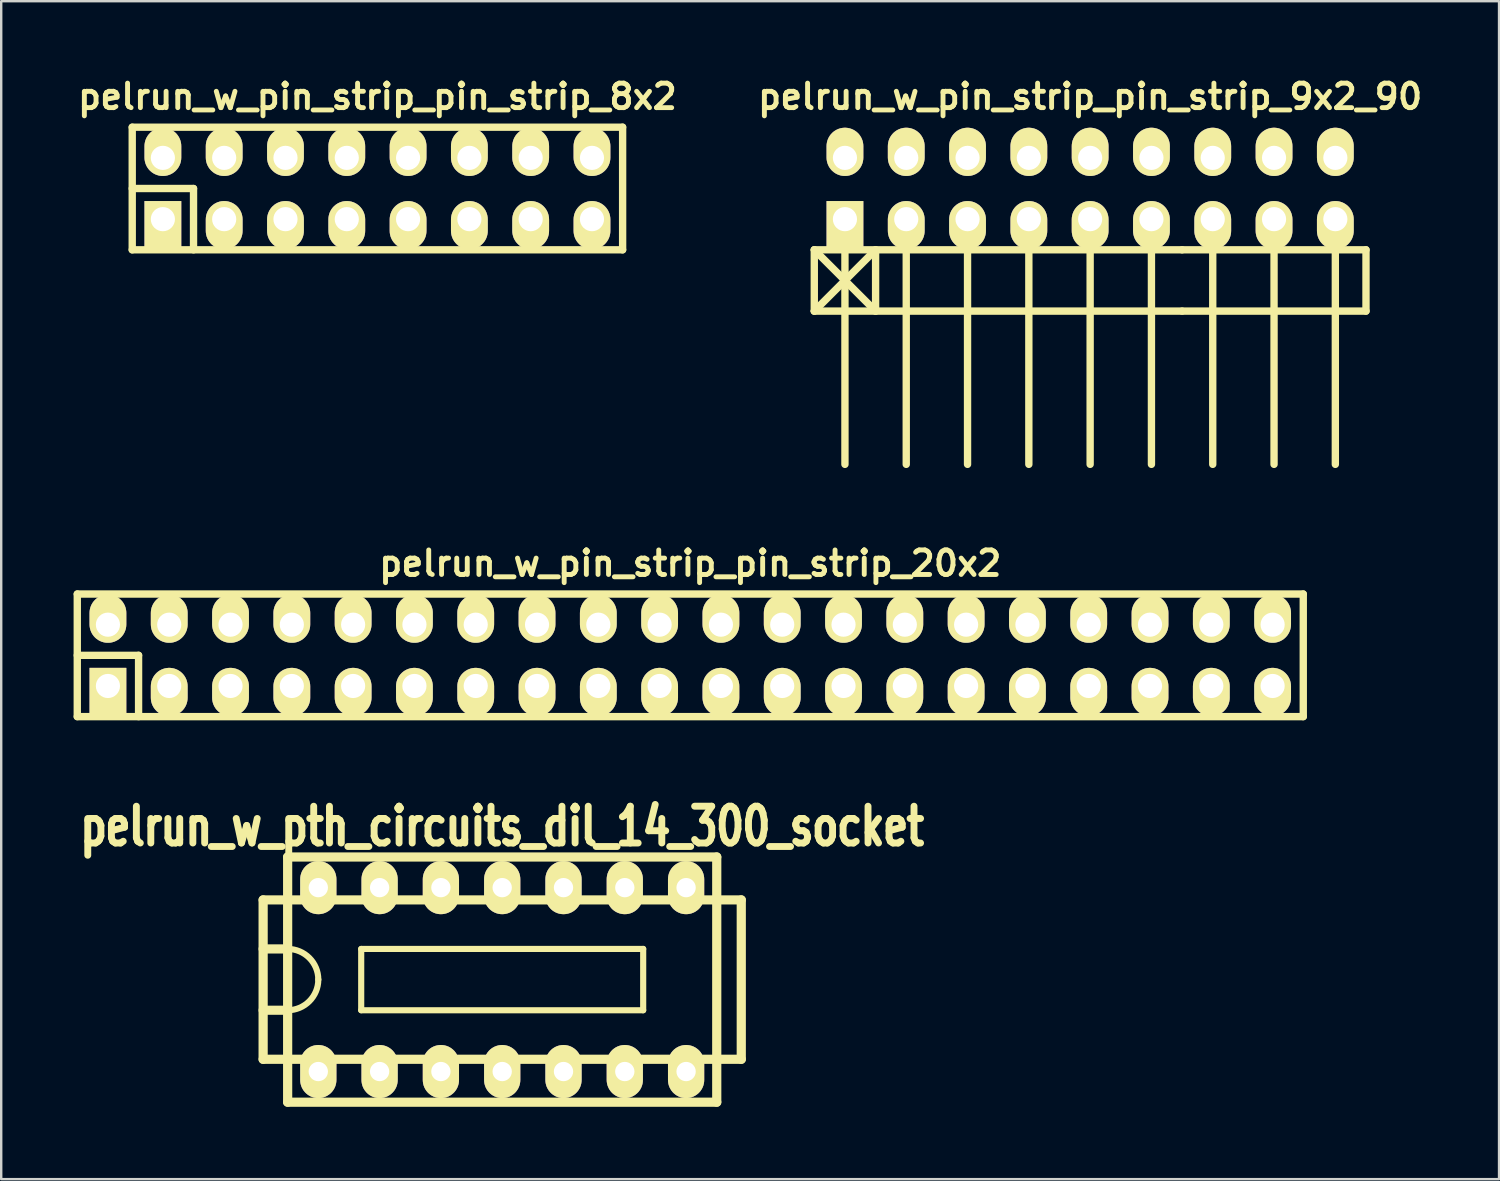
<source format=kicad_pcb>
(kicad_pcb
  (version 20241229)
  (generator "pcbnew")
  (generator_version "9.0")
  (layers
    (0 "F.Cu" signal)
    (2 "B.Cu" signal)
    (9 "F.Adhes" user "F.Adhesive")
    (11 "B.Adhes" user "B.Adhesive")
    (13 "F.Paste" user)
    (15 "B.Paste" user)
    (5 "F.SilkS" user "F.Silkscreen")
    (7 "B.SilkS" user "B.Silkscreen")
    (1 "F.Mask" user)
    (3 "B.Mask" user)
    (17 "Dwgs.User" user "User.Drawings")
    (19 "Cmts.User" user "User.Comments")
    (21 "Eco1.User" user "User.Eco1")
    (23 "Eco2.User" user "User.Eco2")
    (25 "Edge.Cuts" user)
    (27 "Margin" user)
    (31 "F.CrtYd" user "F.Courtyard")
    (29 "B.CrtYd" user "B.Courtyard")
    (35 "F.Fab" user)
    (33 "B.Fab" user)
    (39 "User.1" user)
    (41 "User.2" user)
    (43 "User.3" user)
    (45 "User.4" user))
  (footprint "pelrun_w_pin_strip_pin_strip_8x2"
    (layer "F.Cu")
    (at 12.589 4.761)
    (property "Reference" "pelrun_w_pin_strip_pin_strip_8x2" (at 0 -3.81 0) (layer "F.SilkS") (effects (font (size 1.016 1.016) (thickness 0.203))))
    (attr through_hole)
    (fp_line (start -10.16 -2.54) (end -10.16 2.54) (stroke (width 0.305) (type solid)) (layer "F.SilkS"))
    (fp_line (start -10.16 -2.54) (end 10.16 -2.54) (stroke (width 0.305) (type solid)) (layer "F.SilkS"))
    (fp_line (start -10.16 0) (end -7.62 0) (stroke (width 0.305) (type solid)) (layer "F.SilkS"))
    (fp_line (start -7.62 0) (end -7.62 2.54) (stroke (width 0.305) (type solid)) (layer "F.SilkS"))
    (fp_line (start 10.16 -2.54) (end 10.16 2.54) (stroke (width 0.305) (type solid)) (layer "F.SilkS"))
    (fp_line (start 10.16 2.54) (end -10.16 2.54) (stroke (width 0.305) (type solid)) (layer "F.SilkS"))
    (pad "1" thru_hole rect (at -8.89 1.27) (size 1.524 1.999) (drill 1.001 (offset 0 0.249)) (layers "*.Cu" "*.Mask" "F.SilkS"))
    (pad "2" thru_hole oval (at -8.89 -1.27) (size 1.524 1.999) (drill 1.001 (offset 0 -0.249)) (layers "*.Cu" "*.Mask" "F.SilkS"))
    (pad "3" thru_hole oval (at -6.35 1.27) (size 1.524 1.999) (drill 1.001 (offset 0 0.249)) (layers "*.Cu" "*.Mask" "F.SilkS"))
    (pad "4" thru_hole oval (at -6.35 -1.27) (size 1.524 1.999) (drill 1.001 (offset 0 -0.249)) (layers "*.Cu" "*.Mask" "F.SilkS"))
    (pad "5" thru_hole oval (at -3.81 1.27) (size 1.524 1.999) (drill 1.001 (offset 0 0.249)) (layers "*.Cu" "*.Mask" "F.SilkS"))
    (pad "6" thru_hole oval (at -3.81 -1.27) (size 1.524 1.999) (drill 1.001 (offset 0 -0.249)) (layers "*.Cu" "*.Mask" "F.SilkS"))
    (pad "7" thru_hole oval (at -1.27 1.27) (size 1.524 1.999) (drill 1.001 (offset 0 0.249)) (layers "*.Cu" "*.Mask" "F.SilkS"))
    (pad "8" thru_hole oval (at -1.27 -1.27) (size 1.524 1.999) (drill 1.001 (offset 0 -0.249)) (layers "*.Cu" "*.Mask" "F.SilkS"))
    (pad "9" thru_hole oval (at 1.27 1.27) (size 1.524 1.999) (drill 1.001 (offset 0 0.249)) (layers "*.Cu" "*.Mask" "F.SilkS"))
    (pad "10" thru_hole oval (at 1.27 -1.27) (size 1.524 1.999) (drill 1.001 (offset 0 -0.249)) (layers "*.Cu" "*.Mask" "F.SilkS"))
    (pad "11" thru_hole oval (at 3.81 1.27) (size 1.524 1.999) (drill 1.001 (offset 0 0.249)) (layers "*.Cu" "*.Mask" "F.SilkS"))
    (pad "12" thru_hole oval (at 3.81 -1.27) (size 1.524 1.999) (drill 1.001 (offset 0 -0.249)) (layers "*.Cu" "*.Mask" "F.SilkS"))
    (pad "13" thru_hole oval (at 6.35 1.27) (size 1.524 1.999) (drill 1.001 (offset 0 0.249)) (layers "*.Cu" "*.Mask" "F.SilkS"))
    (pad "14" thru_hole oval (at 6.35 -1.27) (size 1.524 1.999) (drill 1.001 (offset 0 -0.249)) (layers "*.Cu" "*.Mask" "F.SilkS"))
    (pad "15" thru_hole oval (at 8.89 1.27) (size 1.524 1.999) (drill 1.001 (offset 0 0.249)) (layers "*.Cu" "*.Mask" "F.SilkS"))
    (pad "16" thru_hole oval (at 8.89 -1.27) (size 1.524 1.999) (drill 1.001 (offset 0 -0.249)) (layers "*.Cu" "*.Mask" "F.SilkS")))
  (footprint "pelrun_w_pin_strip_pin_strip_20x2"
    (layer "F.Cu")
    (at 25.552 24.104)
    (property "Reference" "pelrun_w_pin_strip_pin_strip_20x2" (at 0 -3.81 0) (layer "F.SilkS") (effects (font (size 1.016 1.016) (thickness 0.203))))
    (attr through_hole)
    (fp_line (start -25.4 -2.54) (end -25.4 2.54) (stroke (width 0.305) (type solid)) (layer "F.SilkS"))
    (fp_line (start -25.4 -2.54) (end 25.4 -2.54) (stroke (width 0.305) (type solid)) (layer "F.SilkS"))
    (fp_line (start -25.4 0) (end -22.86 0) (stroke (width 0.305) (type solid)) (layer "F.SilkS"))
    (fp_line (start -22.86 0) (end -22.86 2.54) (stroke (width 0.305) (type solid)) (layer "F.SilkS"))
    (fp_line (start 25.4 2.54) (end -25.4 2.54) (stroke (width 0.305) (type solid)) (layer "F.SilkS"))
    (fp_line (start 25.4 2.54) (end 25.4 -2.54) (stroke (width 0.305) (type solid)) (layer "F.SilkS"))
    (pad "1" thru_hole rect (at -24.13 1.27) (size 1.524 1.999) (drill 1.001 (offset 0 0.249)) (layers "*.Cu" "*.Mask" "F.SilkS"))
    (pad "2" thru_hole oval (at -24.13 -1.27) (size 1.524 1.999) (drill 1.001 (offset 0 -0.249)) (layers "*.Cu" "*.Mask" "F.SilkS"))
    (pad "3" thru_hole oval (at -21.59 1.27) (size 1.524 1.999) (drill 1.001 (offset 0 0.249)) (layers "*.Cu" "*.Mask" "F.SilkS"))
    (pad "4" thru_hole oval (at -21.59 -1.27) (size 1.524 1.999) (drill 1.001 (offset 0 -0.249)) (layers "*.Cu" "*.Mask" "F.SilkS"))
    (pad "5" thru_hole oval (at -19.05 1.27) (size 1.524 1.999) (drill 1.001 (offset 0 0.249)) (layers "*.Cu" "*.Mask" "F.SilkS"))
    (pad "6" thru_hole oval (at -19.05 -1.27) (size 1.524 1.999) (drill 1.001 (offset 0 -0.249)) (layers "*.Cu" "*.Mask" "F.SilkS"))
    (pad "7" thru_hole oval (at -16.51 1.27) (size 1.524 1.999) (drill 1.001 (offset 0 0.249)) (layers "*.Cu" "*.Mask" "F.SilkS"))
    (pad "8" thru_hole oval (at -16.51 -1.27) (size 1.524 1.999) (drill 1.001 (offset 0 -0.249)) (layers "*.Cu" "*.Mask" "F.SilkS"))
    (pad "9" thru_hole oval (at -13.97 1.27) (size 1.524 1.999) (drill 1.001 (offset 0 0.249)) (layers "*.Cu" "*.Mask" "F.SilkS"))
    (pad "10" thru_hole oval (at -13.97 -1.27) (size 1.524 1.999) (drill 1.001 (offset 0 -0.249)) (layers "*.Cu" "*.Mask" "F.SilkS"))
    (pad "11" thru_hole oval (at -11.43 1.27) (size 1.524 1.999) (drill 1.001 (offset 0 0.249)) (layers "*.Cu" "*.Mask" "F.SilkS"))
    (pad "12" thru_hole oval (at -11.43 -1.27) (size 1.524 1.999) (drill 1.001 (offset 0 -0.249)) (layers "*.Cu" "*.Mask" "F.SilkS"))
    (pad "13" thru_hole oval (at -8.89 1.27) (size 1.524 1.999) (drill 1.001 (offset 0 0.249)) (layers "*.Cu" "*.Mask" "F.SilkS"))
    (pad "14" thru_hole oval (at -8.89 -1.27) (size 1.524 1.999) (drill 1.001 (offset 0 -0.249)) (layers "*.Cu" "*.Mask" "F.SilkS"))
    (pad "15" thru_hole oval (at -6.35 1.27) (size 1.524 1.999) (drill 1.001 (offset 0 0.249)) (layers "*.Cu" "*.Mask" "F.SilkS"))
    (pad "16" thru_hole oval (at -6.35 -1.27) (size 1.524 1.999) (drill 1.001 (offset 0 -0.249)) (layers "*.Cu" "*.Mask" "F.SilkS"))
    (pad "17" thru_hole oval (at -3.81 1.27) (size 1.524 1.999) (drill 1.001 (offset 0 0.249)) (layers "*.Cu" "*.Mask" "F.SilkS"))
    (pad "18" thru_hole oval (at -3.81 -1.27) (size 1.524 1.999) (drill 1.001 (offset 0 -0.249)) (layers "*.Cu" "*.Mask" "F.SilkS"))
    (pad "19" thru_hole oval (at -1.27 1.27) (size 1.524 1.999) (drill 1.001 (offset 0 0.249)) (layers "*.Cu" "*.Mask" "F.SilkS"))
    (pad "20" thru_hole oval (at -1.27 -1.27) (size 1.524 1.999) (drill 1.001 (offset 0 -0.249)) (layers "*.Cu" "*.Mask" "F.SilkS"))
    (pad "21" thru_hole oval (at 1.27 1.27) (size 1.524 1.999) (drill 1.001 (offset 0 0.249)) (layers "*.Cu" "*.Mask" "F.SilkS"))
    (pad "22" thru_hole oval (at 1.27 -1.27) (size 1.524 1.999) (drill 1.001 (offset 0 -0.249)) (layers "*.Cu" "*.Mask" "F.SilkS"))
    (pad "23" thru_hole oval (at 3.81 1.27) (size 1.524 1.999) (drill 1.001 (offset 0 0.249)) (layers "*.Cu" "*.Mask" "F.SilkS"))
    (pad "24" thru_hole oval (at 3.81 -1.27) (size 1.524 1.999) (drill 1.001 (offset 0 -0.249)) (layers "*.Cu" "*.Mask" "F.SilkS"))
    (pad "25" thru_hole oval (at 6.35 1.27) (size 1.524 1.999) (drill 1.001 (offset 0 0.249)) (layers "*.Cu" "*.Mask" "F.SilkS"))
    (pad "26" thru_hole oval (at 6.35 -1.27) (size 1.524 1.999) (drill 1.001 (offset 0 -0.249)) (layers "*.Cu" "*.Mask" "F.SilkS"))
    (pad "27" thru_hole oval (at 8.89 1.27) (size 1.524 1.999) (drill 1.001 (offset 0 0.249)) (layers "*.Cu" "*.Mask" "F.SilkS"))
    (pad "28" thru_hole oval (at 8.89 -1.27) (size 1.524 1.999) (drill 1.001 (offset 0 -0.249)) (layers "*.Cu" "*.Mask" "F.SilkS"))
    (pad "29" thru_hole oval (at 11.43 1.27) (size 1.524 1.999) (drill 1.001 (offset 0 0.249)) (layers "*.Cu" "*.Mask" "F.SilkS"))
    (pad "30" thru_hole oval (at 11.43 -1.27) (size 1.524 1.999) (drill 1.001 (offset 0 -0.249)) (layers "*.Cu" "*.Mask" "F.SilkS"))
    (pad "31" thru_hole oval (at 13.97 1.27) (size 1.524 1.999) (drill 1.001 (offset 0 0.249)) (layers "*.Cu" "*.Mask" "F.SilkS"))
    (pad "32" thru_hole oval (at 13.97 -1.27) (size 1.524 1.999) (drill 1.001 (offset 0 -0.249)) (layers "*.Cu" "*.Mask" "F.SilkS"))
    (pad "33" thru_hole oval (at 16.51 1.27) (size 1.524 1.999) (drill 1.001 (offset 0 0.249)) (layers "*.Cu" "*.Mask" "F.SilkS"))
    (pad "34" thru_hole oval (at 16.51 -1.27) (size 1.524 1.999) (drill 1.001 (offset 0 -0.249)) (layers "*.Cu" "*.Mask" "F.SilkS"))
    (pad "35" thru_hole oval (at 19.05 1.27) (size 1.524 1.999) (drill 1.001 (offset 0 0.249)) (layers "*.Cu" "*.Mask" "F.SilkS"))
    (pad "36" thru_hole oval (at 19.05 -1.27) (size 1.524 1.999) (drill 1.001 (offset 0 -0.249)) (layers "*.Cu" "*.Mask" "F.SilkS"))
    (pad "37" thru_hole oval (at 21.59 1.27) (size 1.524 1.999) (drill 1.001 (offset 0 0.249)) (layers "*.Cu" "*.Mask" "F.SilkS"))
    (pad "38" thru_hole oval (at 21.59 -1.27) (size 1.524 1.999) (drill 1.001 (offset 0 -0.249)) (layers "*.Cu" "*.Mask" "F.SilkS"))
    (pad "39" thru_hole oval (at 24.13 1.27) (size 1.524 1.999) (drill 1.001 (offset 0 0.249)) (layers "*.Cu" "*.Mask" "F.SilkS"))
    (pad "40" thru_hole oval (at 24.13 -1.27) (size 1.524 1.999) (drill 1.001 (offset 0 -0.249)) (layers "*.Cu" "*.Mask" "F.SilkS")))
  (footprint "pelrun_w_pin_strip_pin_strip_9x2_90"
    (layer "F.Cu")
    (at 42.121 4.761)
    (property "Reference" "pelrun_w_pin_strip_pin_strip_9x2_90" (at 0 -3.81 0) (layer "F.SilkS") (effects (font (size 1.016 1.016) (thickness 0.203))))
    (attr through_hole)
    (fp_line (start -11.43 2.54) (end -8.89 5.08) (stroke (width 0.305) (type solid)) (layer "F.SilkS"))
    (fp_line (start -11.43 2.54) (end 3.81 2.54) (stroke (width 0.305) (type solid)) (layer "F.SilkS"))
    (fp_line (start -11.43 5.08) (end -11.43 2.54) (stroke (width 0.305) (type solid)) (layer "F.SilkS"))
    (fp_line (start -10.16 1.27) (end -10.16 11.43) (stroke (width 0.305) (type solid)) (layer "F.SilkS"))
    (fp_line (start -8.89 2.54) (end -11.43 5.08) (stroke (width 0.305) (type solid)) (layer "F.SilkS"))
    (fp_line (start -8.89 5.08) (end -8.89 2.54) (stroke (width 0.305) (type solid)) (layer "F.SilkS"))
    (fp_line (start -7.62 1.27) (end -7.62 11.43) (stroke (width 0.305) (type solid)) (layer "F.SilkS"))
    (fp_line (start -5.08 11.43) (end -5.08 1.27) (stroke (width 0.305) (type solid)) (layer "F.SilkS"))
    (fp_line (start -2.54 1.27) (end -2.54 11.43) (stroke (width 0.305) (type solid)) (layer "F.SilkS"))
    (fp_line (start 0 1.27) (end 0 11.43) (stroke (width 0.305) (type solid)) (layer "F.SilkS"))
    (fp_line (start 2.54 1.27) (end 2.54 11.43) (stroke (width 0.305) (type solid)) (layer "F.SilkS"))
    (fp_line (start 3.81 2.54) (end 11.43 2.54) (stroke (width 0.305) (type solid)) (layer "F.SilkS"))
    (fp_line (start 3.81 5.08) (end -11.43 5.08) (stroke (width 0.305) (type solid)) (layer "F.SilkS"))
    (fp_line (start 5.08 1.27) (end 5.08 11.43) (stroke (width 0.305) (type solid)) (layer "F.SilkS"))
    (fp_line (start 7.62 1.27) (end 7.62 11.43) (stroke (width 0.305) (type solid)) (layer "F.SilkS"))
    (fp_line (start 10.16 1.27) (end 10.16 11.43) (stroke (width 0.305) (type solid)) (layer "F.SilkS"))
    (fp_line (start 11.43 2.54) (end 11.43 5.08) (stroke (width 0.305) (type solid)) (layer "F.SilkS"))
    (fp_line (start 11.43 5.08) (end 3.81 5.08) (stroke (width 0.305) (type solid)) (layer "F.SilkS"))
    (pad "1" thru_hole rect (at -10.16 1.27) (size 1.524 1.999) (drill 1.001 (offset 0 0.249)) (layers "*.Cu" "*.Mask" "F.SilkS"))
    (pad "2" thru_hole oval (at -10.16 -1.27) (size 1.524 1.999) (drill 1.001 (offset 0 -0.249)) (layers "*.Cu" "*.Mask" "F.SilkS"))
    (pad "3" thru_hole oval (at -7.62 1.27) (size 1.524 1.999) (drill 1.001 (offset 0 0.249)) (layers "*.Cu" "*.Mask" "F.SilkS"))
    (pad "4" thru_hole oval (at -7.62 -1.27) (size 1.524 1.999) (drill 1.001 (offset 0 -0.249)) (layers "*.Cu" "*.Mask" "F.SilkS"))
    (pad "5" thru_hole oval (at -5.08 1.27) (size 1.524 1.999) (drill 1.001 (offset 0 0.249)) (layers "*.Cu" "*.Mask" "F.SilkS"))
    (pad "6" thru_hole oval (at -5.08 -1.27) (size 1.524 1.999) (drill 1.001 (offset 0 -0.249)) (layers "*.Cu" "*.Mask" "F.SilkS"))
    (pad "7" thru_hole oval (at -2.54 1.27) (size 1.524 1.999) (drill 1.001 (offset 0 0.249)) (layers "*.Cu" "*.Mask" "F.SilkS"))
    (pad "8" thru_hole oval (at -2.54 -1.27) (size 1.524 1.999) (drill 1.001 (offset 0 -0.249)) (layers "*.Cu" "*.Mask" "F.SilkS"))
    (pad "9" thru_hole oval (at 0 1.27) (size 1.524 1.999) (drill 1.001 (offset 0 0.249)) (layers "*.Cu" "*.Mask" "F.SilkS"))
    (pad "10" thru_hole oval (at 0 -1.27) (size 1.524 1.999) (drill 1.001 (offset 0 -0.249)) (layers "*.Cu" "*.Mask" "F.SilkS"))
    (pad "11" thru_hole oval (at 2.54 1.27) (size 1.524 1.999) (drill 1.001 (offset 0 0.249)) (layers "*.Cu" "*.Mask" "F.SilkS"))
    (pad "12" thru_hole oval (at 2.54 -1.27) (size 1.524 1.999) (drill 1.001 (offset 0 -0.249)) (layers "*.Cu" "*.Mask" "F.SilkS"))
    (pad "13" thru_hole oval (at 5.08 1.27) (size 1.524 1.999) (drill 1.001 (offset 0 0.249)) (layers "*.Cu" "*.Mask" "F.SilkS"))
    (pad "14" thru_hole oval (at 5.08 -1.27) (size 1.524 1.999) (drill 1.001 (offset 0 -0.249)) (layers "*.Cu" "*.Mask" "F.SilkS"))
    (pad "15" thru_hole oval (at 7.62 1.27) (size 1.524 1.999) (drill 1.001 (offset 0 0.249)) (layers "*.Cu" "*.Mask" "F.SilkS"))
    (pad "16" thru_hole oval (at 7.62 -1.27) (size 1.524 1.999) (drill 1.001 (offset 0 -0.249)) (layers "*.Cu" "*.Mask" "F.SilkS"))
    (pad "17" thru_hole oval (at 10.16 1.27) (size 1.524 1.999) (drill 1.001 (offset 0 0.249)) (layers "*.Cu" "*.Mask" "F.SilkS"))
    (pad "18" thru_hole oval (at 10.16 -1.27) (size 1.524 1.999) (drill 1.001 (offset 0 -0.249)) (layers "*.Cu" "*.Mask" "F.SilkS")))
  (footprint "pelrun_w_pth_circuits_dil_14_300_socket"
    (layer "F.Cu")
    (at 17.759 37.54)
    (property "Reference" "pelrun_w_pth_circuits_dil_14_300_socket" (at 0 -6.35 0) (layer "F.SilkS") (effects (font (size 1.524 1.143) (thickness 0.287))))
    (attr through_hole)
    (fp_line (start -9.906 -3.302) (end 9.906 -3.302) (stroke (width 0.381) (type solid)) (layer "F.SilkS"))
    (fp_line (start -9.906 3.302) (end -9.906 -3.302) (stroke (width 0.381) (type solid)) (layer "F.SilkS"))
    (fp_line (start -8.89 -1.27) (end -9.906 -1.27) (stroke (width 0.381) (type solid)) (layer "F.SilkS"))
    (fp_line (start -8.89 1.27) (end -9.906 1.27) (stroke (width 0.381) (type solid)) (layer "F.SilkS"))
    (fp_line (start -8.89 5.08) (end -8.89 -5.08) (stroke (width 0.381) (type solid)) (layer "F.SilkS"))
    (fp_line (start -8.89 5.08) (end 8.89 5.08) (stroke (width 0.381) (type solid)) (layer "F.SilkS"))
    (fp_line (start -5.842 -1.27) (end -5.842 1.27) (stroke (width 0.254) (type solid)) (layer "F.SilkS"))
    (fp_line (start -5.842 -1.27) (end 5.842 -1.27) (stroke (width 0.254) (type solid)) (layer "F.SilkS"))
    (fp_line (start 5.842 1.27) (end -5.842 1.27) (stroke (width 0.254) (type solid)) (layer "F.SilkS"))
    (fp_line (start 5.842 1.27) (end 5.842 -1.27) (stroke (width 0.254) (type solid)) (layer "F.SilkS"))
    (fp_line (start 8.89 -5.08) (end -8.89 -5.08) (stroke (width 0.381) (type solid)) (layer "F.SilkS"))
    (fp_line (start 8.89 -5.08) (end 8.89 5.08) (stroke (width 0.381) (type solid)) (layer "F.SilkS"))
    (fp_line (start 9.906 -3.302) (end 9.906 3.302) (stroke (width 0.381) (type solid)) (layer "F.SilkS"))
    (fp_line (start 9.906 3.302) (end -9.906 3.302) (stroke (width 0.381) (type solid)) (layer "F.SilkS"))
    (fp_arc (start -8.89 -1.27) (mid -7.991974 -0.898026) (end -7.62 0) (stroke (width 0.254) (type solid)) (layer "F.SilkS"))
    (fp_arc (start -7.62 0) (mid -7.991974 0.898026) (end -8.89 1.27) (stroke (width 0.254) (type solid)) (layer "F.SilkS"))
    (pad "1" thru_hole oval (at -7.62 3.81) (size 1.501 2.2) (drill 0.8) (layers "*.Cu" "*.Mask" "F.SilkS"))
    (pad "2" thru_hole oval (at -5.08 3.81) (size 1.501 2.2) (drill 0.8) (layers "*.Cu" "*.Mask" "F.SilkS"))
    (pad "3" thru_hole oval (at -2.54 3.81) (size 1.501 2.2) (drill 0.8) (layers "*.Cu" "*.Mask" "F.SilkS"))
    (pad "4" thru_hole oval (at 0 3.81) (size 1.501 2.2) (drill 0.8) (layers "*.Cu" "*.Mask" "F.SilkS"))
    (pad "5" thru_hole oval (at 2.54 3.81) (size 1.501 2.2) (drill 0.8) (layers "*.Cu" "*.Mask" "F.SilkS"))
    (pad "6" thru_hole oval (at 5.08 3.81) (size 1.501 2.2) (drill 0.8) (layers "*.Cu" "*.Mask" "F.SilkS"))
    (pad "7" thru_hole oval (at 7.62 3.81) (size 1.501 2.2) (drill 0.8) (layers "*.Cu" "*.Mask" "F.SilkS"))
    (pad "8" thru_hole oval (at 7.62 -3.81) (size 1.501 2.2) (drill 0.8) (layers "*.Cu" "*.Mask" "F.SilkS"))
    (pad "9" thru_hole oval (at 5.08 -3.81) (size 1.501 2.2) (drill 0.8) (layers "*.Cu" "*.Mask" "F.SilkS"))
    (pad "10" thru_hole oval (at 2.54 -3.81) (size 1.501 2.2) (drill 0.8) (layers "*.Cu" "*.Mask" "F.SilkS"))
    (pad "11" thru_hole oval (at 0 -3.81) (size 1.501 2.2) (drill 0.8) (layers "*.Cu" "*.Mask" "F.SilkS"))
    (pad "12" thru_hole oval (at -2.54 -3.81) (size 1.501 2.2) (drill 0.8) (layers "*.Cu" "*.Mask" "F.SilkS"))
    (pad "13" thru_hole oval (at -5.08 -3.81) (size 1.501 2.2) (drill 0.8) (layers "*.Cu" "*.Mask" "F.SilkS"))
    (pad "14" thru_hole oval (at -7.62 -3.81) (size 1.501 2.2) (drill 0.8) (layers "*.Cu" "*.Mask" "F.SilkS")))
  (gr_rect
    (start -3 -3)
    (end 59.064 45.81)
    (stroke (width 0.1) (type default))
    (fill no)
    (layer "Edge.Cuts")))
</source>
